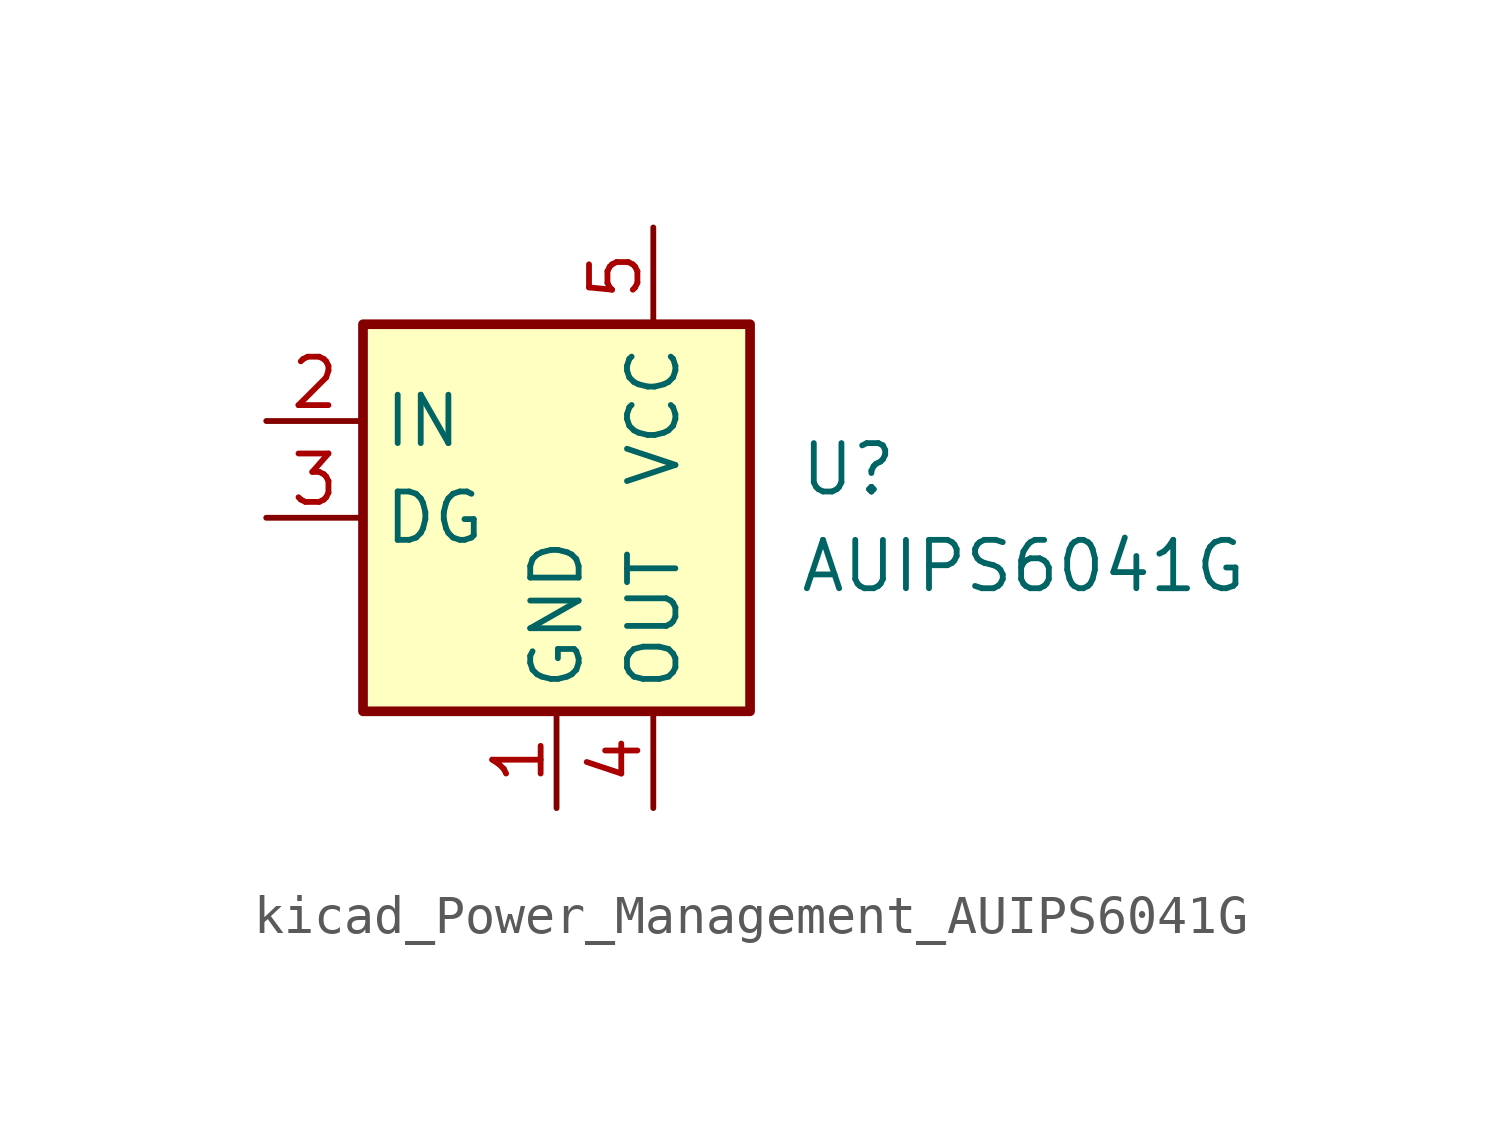
<source format=kicad_sym>
(kicad_symbol_lib
  (version 20220914)
  (generator kicad_symbol_editor)
  (symbol "kicad_Power_Management_AUIPS6041G"
    (property "Reference" "U"
      (at 3.81 1.27 0)
      (effects (font (size 1.27 1.27)) (justify left)))
    (property "Value" "AUIPS6041G"
      (at 3.81 -1.27 0)
      (effects (font (size 1.27 1.27)) (justify left)))
    (symbol "kicad_Power_Management_AUIPS6041G_0_1"
      (rectangle (start -7.62 5.08) (end 2.54 -5.08) (stroke (width 0.254) (type default)) (fill (type background))))
    (symbol "kicad_Power_Management_AUIPS6041G_1_1"
      (pin power_in line (at -2.54 -7.62 90) (length 2.54) (name "GND" (effects (font (size 1.27 1.27)))) (number "1" (effects (font (size 1.27 1.27)))))
      (pin input line (at -10.16 2.54 0) (length 2.54) (name "IN" (effects (font (size 1.27 1.27)))) (number "2" (effects (font (size 1.27 1.27)))))
      (pin open_collector line (at -10.16 0 0) (length 2.54) (name "DG" (effects (font (size 1.27 1.27)))) (number "3" (effects (font (size 1.27 1.27)))))
      (pin power_out line (at 0 -7.62 90) (length 2.54) (name "OUT" (effects (font (size 1.27 1.27)))) (number "4" (effects (font (size 1.27 1.27)))))
      (pin power_in line (at 0 7.62 270) (length 2.54) (name "VCC" (effects (font (size 1.27 1.27)))) (number "5" (effects (font (size 1.27 1.27)))))
      (pin passive line (at 0 7.62 270) (length 2.54) hide (name "VCC" (effects (font (size 1.27 1.27)))) (number "6" (effects (font (size 1.27 1.27)))))
      (pin passive line (at 0 7.62 270) (length 2.54) hide (name "VCC" (effects (font (size 1.27 1.27)))) (number "7" (effects (font (size 1.27 1.27)))))
      (pin passive line (at 0 7.62 270) (length 2.54) hide (name "VCC" (effects (font (size 1.27 1.27)))) (number "8" (effects (font (size 1.27 1.27))))))))
</source>
